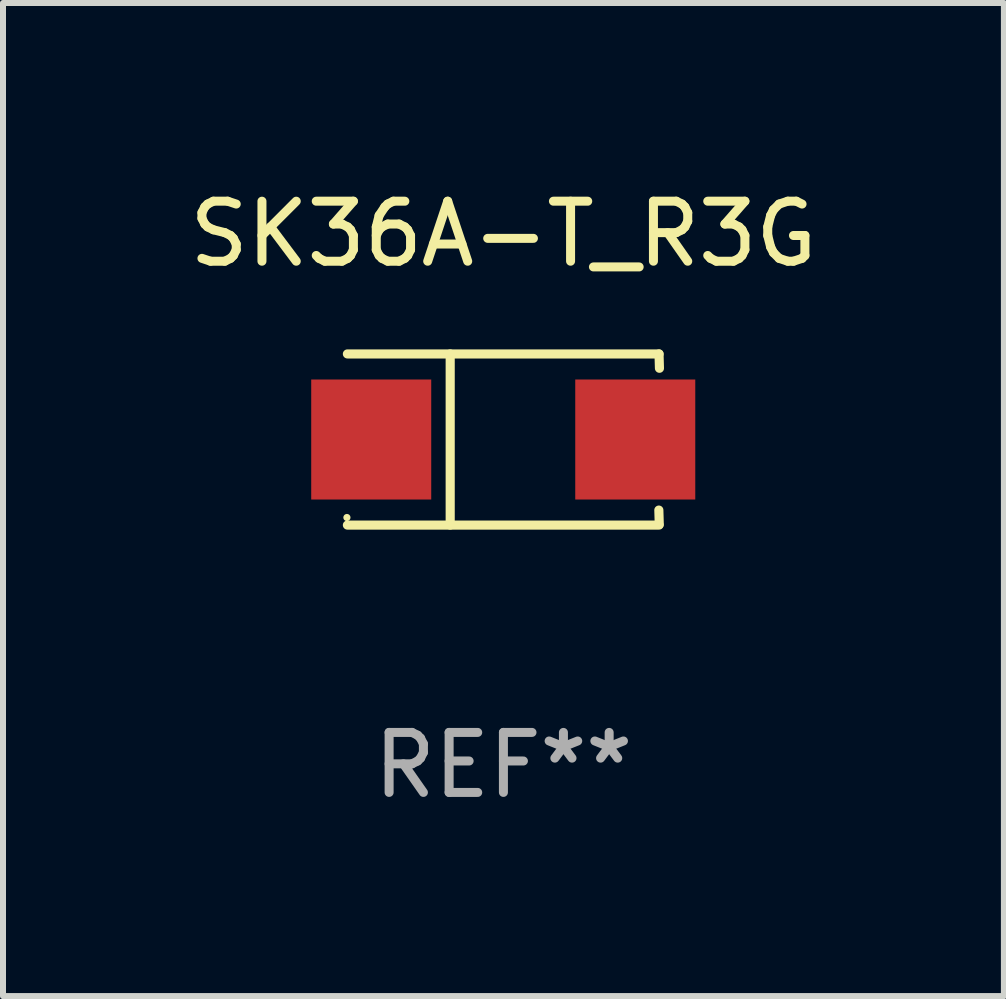
<source format=kicad_pcb>
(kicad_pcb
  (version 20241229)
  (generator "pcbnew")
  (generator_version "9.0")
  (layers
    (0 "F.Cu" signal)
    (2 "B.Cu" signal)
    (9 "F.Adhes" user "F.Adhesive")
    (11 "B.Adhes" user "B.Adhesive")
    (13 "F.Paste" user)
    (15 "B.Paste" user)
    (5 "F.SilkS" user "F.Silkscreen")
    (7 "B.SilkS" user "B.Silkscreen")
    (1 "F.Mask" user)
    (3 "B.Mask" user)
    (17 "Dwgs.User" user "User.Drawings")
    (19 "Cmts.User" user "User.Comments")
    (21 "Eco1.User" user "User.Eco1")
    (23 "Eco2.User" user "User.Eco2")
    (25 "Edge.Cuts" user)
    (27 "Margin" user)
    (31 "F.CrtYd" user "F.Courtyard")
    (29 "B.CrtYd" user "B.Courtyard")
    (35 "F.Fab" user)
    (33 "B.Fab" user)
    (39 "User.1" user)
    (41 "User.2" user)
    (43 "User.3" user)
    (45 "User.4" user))
  (footprint "SK36A-T_R3G"
    (layer "F.Cu")
    (at 5.339 4.274)
    (property "Reference" "SK36A-T_R3G" (at 0 -3.426 0) (layer "F.SilkS") (effects (font (size 1 1) (thickness 0.15))))
    (attr through_hole)
    (fp_line (start -2.6 -1.426) (end 2.593 -1.426) (stroke (width 0.152) (type solid)) (layer "F.SilkS"))
    (fp_line (start -2.6 1.426) (end 2.593 1.426) (stroke (width 0.152) (type solid)) (layer "F.SilkS"))
    (fp_line (start -0.887 -1.426) (end -0.887 1.426) (stroke (width 0.152) (type solid)) (layer "F.SilkS"))
    (fp_line (start 2.59 1.176) (end 2.597 1.415) (stroke (width 0.152) (type solid)) (layer "F.SilkS"))
    (fp_line (start 2.593 -1.426) (end 2.6 -1.187) (stroke (width 0.152) (type solid)) (layer "F.SilkS"))
    (fp_circle (center -2.608 1.3) (end -2.578 1.3) (stroke (width 0.06) (type solid)) (fill no) (layer "F.SilkS"))
    (fp_text user "REF**" (at 0 5.426 0) (layer "F.Fab") (effects (font (size 1 1) (thickness 0.15))))
    (pad "1" smd rect (at -2.203 0 180) (size 2 2) (layers "F.Cu" "F.Mask" "F.Paste"))
    (pad "2" smd rect (at 2.197 0 180) (size 2 2) (layers "F.Cu" "F.Mask" "F.Paste")))
  (gr_rect
    (start -3 -3)
    (end 13.679 13.549)
    (stroke (width 0.1) (type default))
    (fill no)
    (layer "Edge.Cuts")))
</source>
